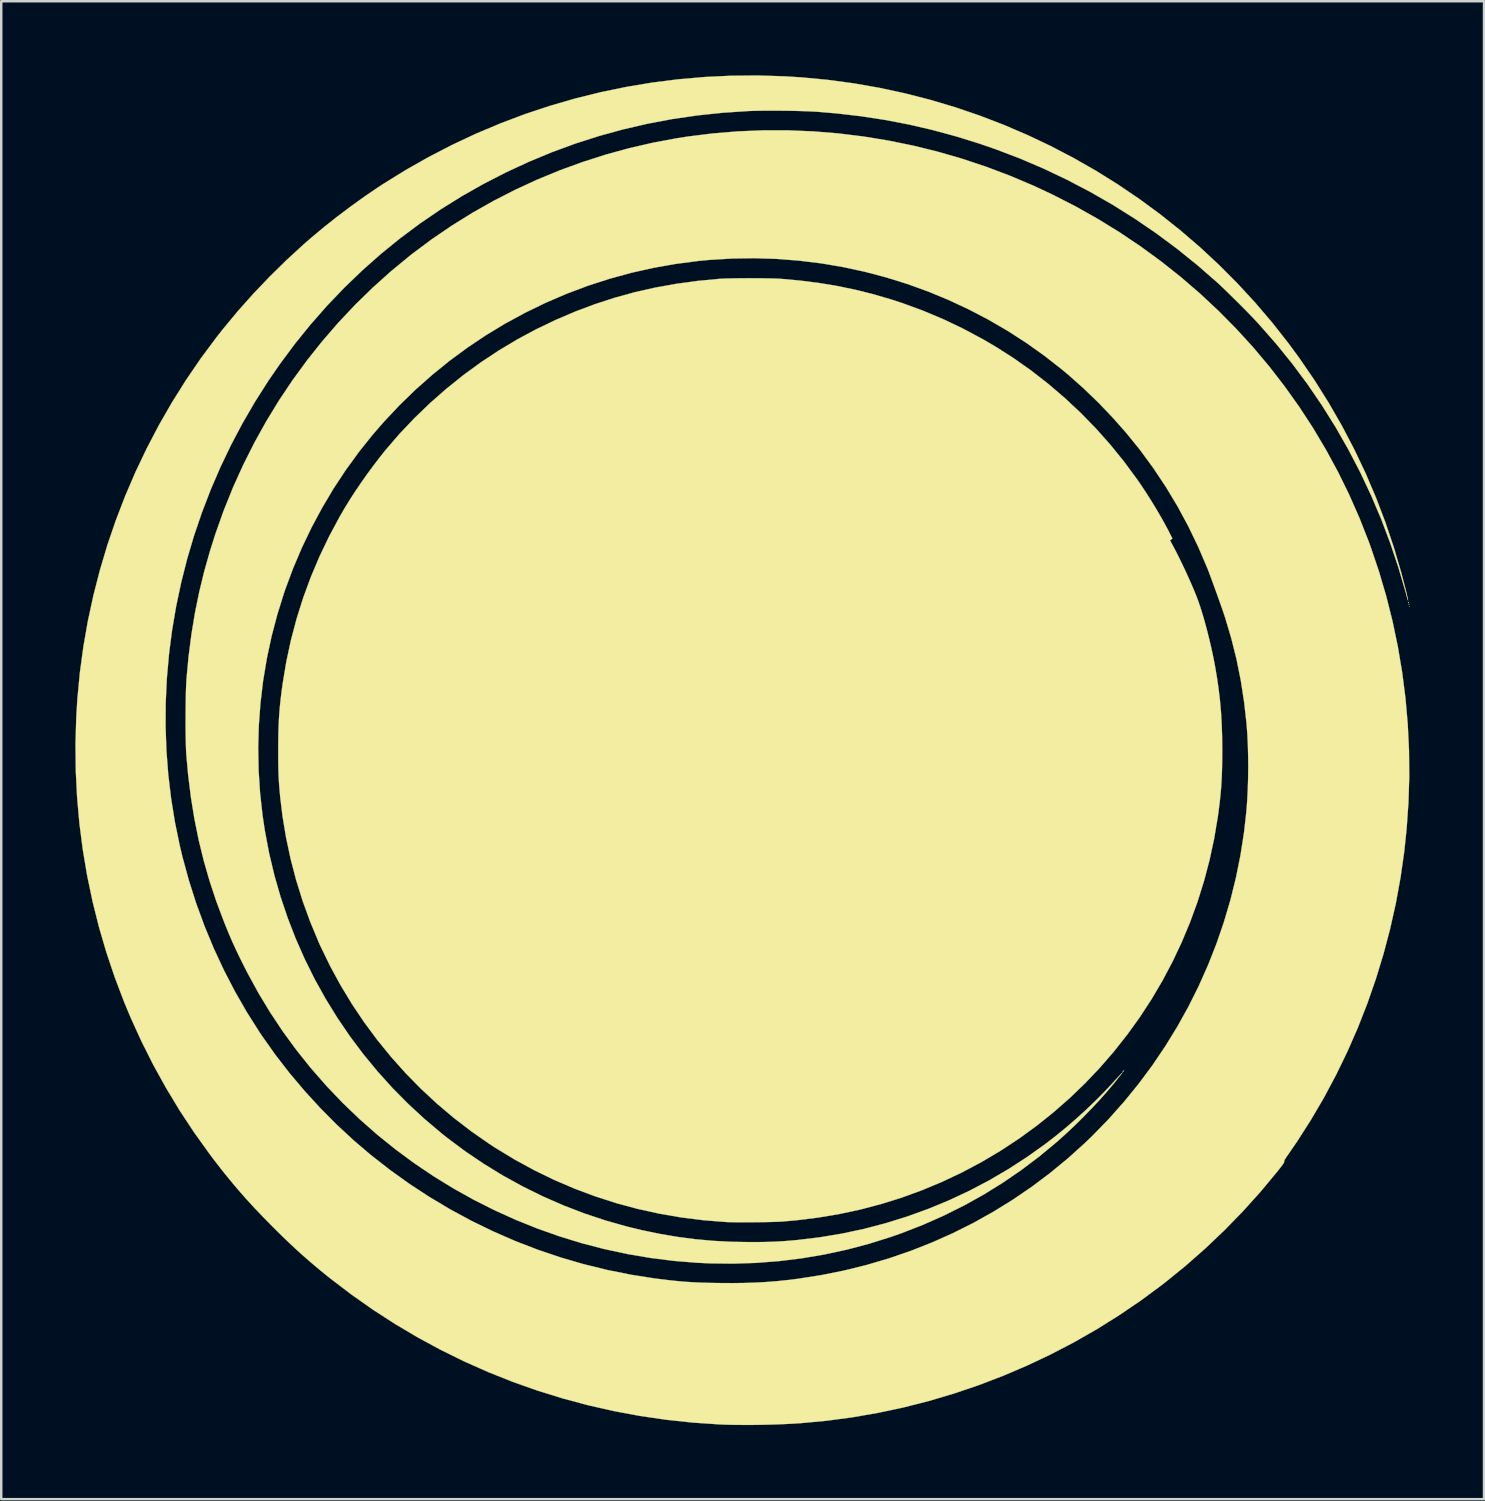
<source format=kicad_pcb>
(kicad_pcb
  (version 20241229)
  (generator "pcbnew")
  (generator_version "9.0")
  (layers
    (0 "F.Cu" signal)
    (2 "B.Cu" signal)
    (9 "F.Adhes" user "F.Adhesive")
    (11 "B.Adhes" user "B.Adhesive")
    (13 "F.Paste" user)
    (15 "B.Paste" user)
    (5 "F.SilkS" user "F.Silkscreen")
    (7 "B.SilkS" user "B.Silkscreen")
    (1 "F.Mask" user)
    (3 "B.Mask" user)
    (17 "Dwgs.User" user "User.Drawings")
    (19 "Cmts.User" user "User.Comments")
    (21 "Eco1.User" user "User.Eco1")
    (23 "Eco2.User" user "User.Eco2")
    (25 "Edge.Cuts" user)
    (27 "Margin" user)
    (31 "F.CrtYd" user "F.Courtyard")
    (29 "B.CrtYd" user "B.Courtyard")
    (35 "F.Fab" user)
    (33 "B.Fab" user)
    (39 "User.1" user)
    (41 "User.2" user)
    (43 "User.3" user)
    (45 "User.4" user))
  (footprint "spiral_pattern_large"
    (layer "F.Cu")
    (at 27.311 27.311)
    (property "Reference" "spiral_pattern_large" (at 0 0 0) (layer "F.SilkS") (effects (font (size 1.524 1.524) (thickness 0.3))))
    (attr through_hole)
    (fp_poly (pts (xy 26.691 -5.81) (xy 26.681 -5.8) (xy 26.67 -5.81) (xy 26.681 -5.821) (xy 26.691 -5.81)) (stroke (width 0.01) (type solid)) (fill yes) (layer "F.SilkS"))
    (fp_poly (pts (xy 26.642 -5.994) (xy 26.645 -5.961) (xy 26.64 -5.954) (xy 26.631 -5.96) (xy 26.629 -5.981) (xy 26.635 -6.004) (xy 26.642 -5.994)) (stroke (width 0.01) (type solid)) (fill yes) (layer "F.SilkS"))
    (fp_poly (pts (xy 26.663 -5.92) (xy 26.665 -5.894) (xy 26.663 -5.891) (xy 26.65 -5.894) (xy 26.649 -5.905) (xy 26.657 -5.923) (xy 26.663 -5.92)) (stroke (width 0.01) (type solid)) (fill yes) (layer "F.SilkS"))
    (fp_poly (pts (xy 15.128 12.965) (xy 15.116 12.98) (xy 15.085 13.013) (xy 15.071 13.013) (xy 15.071 13.01) (xy 15.085 12.992) (xy 15.108 12.972) (xy 15.133 12.954) (xy 15.128 12.965)) (stroke (width 0.01) (type solid)) (fill yes) (layer "F.SilkS"))
    (fp_poly (pts (xy 0.142 -19.101) (xy 0.381 -19.1) (xy 0.61 -19.097) (xy 0.821 -19.093) (xy 1.009 -19.088) (xy 1.167 -19.082) (xy 1.27 -19.075) (xy 2.048 -19.003) (xy 2.797 -18.907) (xy 3.525 -18.787) (xy 4.238 -18.639) (xy 4.944 -18.464) (xy 5.651 -18.259) (xy 6.17 -18.09) (xy 6.996 -17.787) (xy 7.812 -17.444) (xy 8.616 -17.06) (xy 9.408 -16.637) (xy 9.927 -16.334) (xy 10.659 -15.867) (xy 11.372 -15.363) (xy 12.064 -14.824) (xy 12.732 -14.253) (xy 13.375 -13.651) (xy 13.99 -13.02) (xy 14.575 -12.362) (xy 15.129 -11.679) (xy 15.649 -10.974) (xy 15.838 -10.7) (xy 16.039 -10.394) (xy 16.242 -10.074) (xy 16.439 -9.75) (xy 16.626 -9.43) (xy 16.797 -9.123) (xy 16.948 -8.838) (xy 16.98 -8.775) (xy 17.086 -8.565) (xy 17.037 -8.529) (xy 16.989 -8.492) (xy 17.068 -8.347) (xy 17.198 -8.102) (xy 17.334 -7.836) (xy 17.471 -7.556) (xy 17.606 -7.27) (xy 17.737 -6.985) (xy 17.859 -6.709) (xy 17.97 -6.45) (xy 18.065 -6.213) (xy 18.125 -6.054) (xy 18.216 -5.789) (xy 18.309 -5.491) (xy 18.402 -5.166) (xy 18.494 -4.822) (xy 18.583 -4.467) (xy 18.666 -4.109) (xy 18.742 -3.755) (xy 18.807 -3.419) (xy 18.889 -2.938) (xy 18.956 -2.473) (xy 19.01 -2.015) (xy 19.051 -1.554) (xy 19.079 -1.081) (xy 19.096 -0.587) (xy 19.102 -0.061) (xy 19.102 0) (xy 19.1 0.362) (xy 19.095 0.691) (xy 19.086 0.994) (xy 19.072 1.281) (xy 19.053 1.559) (xy 19.028 1.837) (xy 18.997 2.123) (xy 18.959 2.426) (xy 18.923 2.689) (xy 18.776 3.571) (xy 18.589 4.44) (xy 18.364 5.296) (xy 18.1 6.137) (xy 17.799 6.961) (xy 17.462 7.769) (xy 17.089 8.558) (xy 16.681 9.328) (xy 16.239 10.078) (xy 15.764 10.806) (xy 15.256 11.511) (xy 14.717 12.193) (xy 14.148 12.85) (xy 13.549 13.48) (xy 12.921 14.084) (xy 12.264 14.659) (xy 11.581 15.205) (xy 10.871 15.721) (xy 10.136 16.205) (xy 9.376 16.656) (xy 8.592 17.074) (xy 7.784 17.457) (xy 7.747 17.473) (xy 6.94 17.81) (xy 6.125 18.107) (xy 5.299 18.365) (xy 4.46 18.586) (xy 3.607 18.769) (xy 2.736 18.915) (xy 1.846 19.025) (xy 1.312 19.072) (xy 1.202 19.079) (xy 1.057 19.085) (xy 0.882 19.09) (xy 0.685 19.095) (xy 0.472 19.098) (xy 0.249 19.101) (xy 0.024 19.103) (xy -0.197 19.104) (xy -0.407 19.103) (xy -0.601 19.102) (xy -0.77 19.099) (xy -0.909 19.096) (xy -0.984 19.092) (xy -1.896 19.02) (xy -2.797 18.907) (xy -3.686 18.753) (xy -4.564 18.56) (xy -5.428 18.326) (xy -6.279 18.052) (xy -7.115 17.739) (xy -7.937 17.387) (xy -8.743 16.995) (xy -9.532 16.565) (xy -10.305 16.096) (xy -10.562 15.928) (xy -11.292 15.42) (xy -11.996 14.879) (xy -12.674 14.306) (xy -13.324 13.702) (xy -13.945 13.069) (xy -14.537 12.407) (xy -15.097 11.719) (xy -15.625 11.006) (xy -16.12 10.268) (xy -16.58 9.508) (xy -17.005 8.726) (xy -17.394 7.924) (xy -17.473 7.747) (xy -17.812 6.93) (xy -18.114 6.097) (xy -18.378 5.25) (xy -18.602 4.391) (xy -18.786 3.526) (xy -18.93 2.656) (xy -19.017 1.937) (xy -19.038 1.714) (xy -19.056 1.51) (xy -19.07 1.318) (xy -19.082 1.13) (xy -19.09 0.937) (xy -19.096 0.733) (xy -19.1 0.508) (xy -19.102 0.256) (xy -19.102 0) (xy -19.1 -0.362) (xy -19.095 -0.691) (xy -19.086 -0.994) (xy -19.072 -1.281) (xy -19.053 -1.559) (xy -19.028 -1.837) (xy -18.997 -2.123) (xy -18.959 -2.426) (xy -18.923 -2.689) (xy -18.775 -3.58) (xy -18.586 -4.459) (xy -18.357 -5.325) (xy -18.088 -6.178) (xy -17.779 -7.018) (xy -17.429 -7.845) (xy -17.039 -8.659) (xy -16.61 -9.458) (xy -16.399 -9.821) (xy -16.198 -10.148) (xy -15.973 -10.494) (xy -15.73 -10.851) (xy -15.477 -11.21) (xy -15.218 -11.56) (xy -14.962 -11.893) (xy -14.765 -12.139) (xy -14.197 -12.799) (xy -13.595 -13.434) (xy -12.963 -14.043) (xy -12.303 -14.624) (xy -11.618 -15.174) (xy -10.909 -15.692) (xy -10.179 -16.176) (xy -9.431 -16.624) (xy -8.667 -17.033) (xy -8.657 -17.038) (xy -7.871 -17.415) (xy -7.083 -17.752) (xy -6.289 -18.05) (xy -5.488 -18.311) (xy -4.675 -18.535) (xy -3.848 -18.722) (xy -3.003 -18.874) (xy -2.138 -18.992) (xy -1.27 -19.075) (xy -1.142 -19.083) (xy -0.979 -19.089) (xy -0.787 -19.094) (xy -0.572 -19.098) (xy -0.341 -19.1) (xy -0.101 -19.102) (xy 0.142 -19.101)) (stroke (width 0.01) (type solid)) (fill yes) (layer "F.SilkS"))
    (fp_poly (pts (xy 1.378 -27.273) (xy 2.074 -27.23) (xy 3.134 -27.13) (xy 4.184 -26.989) (xy 5.226 -26.807) (xy 6.256 -26.585) (xy 7.276 -26.324) (xy 8.282 -26.025) (xy 9.275 -25.687) (xy 10.252 -25.312) (xy 11.214 -24.9) (xy 12.159 -24.452) (xy 13.086 -23.968) (xy 13.994 -23.449) (xy 14.881 -22.896) (xy 15.748 -22.308) (xy 16.592 -21.688) (xy 17.412 -21.035) (xy 18.209 -20.35) (xy 18.979 -19.633) (xy 19.723 -18.886) (xy 20.44 -18.108) (xy 21.127 -17.301) (xy 21.785 -16.464) (xy 22.233 -15.854) (xy 22.842 -14.963) (xy 23.414 -14.052) (xy 23.949 -13.122) (xy 24.445 -12.174) (xy 24.904 -11.207) (xy 25.323 -10.224) (xy 25.704 -9.225) (xy 26.046 -8.21) (xy 26.348 -7.18) (xy 26.512 -6.549) (xy 26.553 -6.383) (xy 26.584 -6.25) (xy 26.607 -6.151) (xy 26.619 -6.088) (xy 26.623 -6.062) (xy 26.617 -6.072) (xy 26.601 -6.121) (xy 26.575 -6.209) (xy 26.54 -6.337) (xy 26.531 -6.371) (xy 26.236 -7.382) (xy 25.903 -8.377) (xy 25.533 -9.356) (xy 25.125 -10.317) (xy 24.681 -11.258) (xy 24.201 -12.179) (xy 23.687 -13.079) (xy 23.137 -13.956) (xy 22.555 -14.81) (xy 21.939 -15.638) (xy 21.29 -16.44) (xy 20.61 -17.215) (xy 20.391 -17.452) (xy 20.262 -17.587) (xy 20.111 -17.743) (xy 19.944 -17.912) (xy 19.767 -18.09) (xy 19.585 -18.269) (xy 19.406 -18.445) (xy 19.236 -18.611) (xy 19.079 -18.761) (xy 18.943 -18.889) (xy 18.887 -18.94) (xy 18.097 -19.63) (xy 17.278 -20.29) (xy 16.434 -20.917) (xy 15.565 -21.511) (xy 14.673 -22.071) (xy 13.76 -22.595) (xy 12.827 -23.084) (xy 11.877 -23.536) (xy 10.911 -23.949) (xy 9.93 -24.323) (xy 9.271 -24.55) (xy 8.317 -24.846) (xy 7.368 -25.103) (xy 6.418 -25.323) (xy 5.462 -25.507) (xy 4.493 -25.656) (xy 3.506 -25.771) (xy 2.752 -25.835) (xy 2.562 -25.847) (xy 2.338 -25.857) (xy 2.086 -25.866) (xy 1.814 -25.873) (xy 1.53 -25.878) (xy 1.24 -25.881) (xy 0.952 -25.883) (xy 0.674 -25.883) (xy 0.412 -25.88) (xy 0.175 -25.876) (xy -0.03 -25.869) (xy -0.064 -25.868) (xy -1.106 -25.799) (xy -2.134 -25.691) (xy -3.148 -25.544) (xy -4.149 -25.356) (xy -5.137 -25.127) (xy -6.112 -24.859) (xy -7.075 -24.551) (xy -8.026 -24.202) (xy -8.965 -23.812) (xy -9.88 -23.388) (xy -10.786 -22.923) (xy -11.668 -22.424) (xy -12.525 -21.89) (xy -13.357 -21.323) (xy -14.163 -20.722) (xy -14.942 -20.089) (xy -15.695 -19.423) (xy -16.42 -18.726) (xy -17.117 -17.998) (xy -17.786 -17.238) (xy -18.425 -16.449) (xy -19.034 -15.629) (xy -19.492 -14.965) (xy -20.034 -14.114) (xy -20.54 -13.245) (xy -21.008 -12.361) (xy -21.439 -11.461) (xy -21.833 -10.548) (xy -22.189 -9.622) (xy -22.508 -8.686) (xy -22.788 -7.74) (xy -23.029 -6.785) (xy -23.233 -5.824) (xy -23.397 -4.858) (xy -23.522 -3.887) (xy -23.608 -2.914) (xy -23.654 -1.939) (xy -23.66 -0.964) (xy -23.626 0.01) (xy -23.552 0.981) (xy -23.437 1.948) (xy -23.282 2.91) (xy -23.085 3.866) (xy -22.975 4.325) (xy -22.717 5.27) (xy -22.42 6.201) (xy -22.084 7.117) (xy -21.711 8.017) (xy -21.302 8.897) (xy -20.856 9.757) (xy -20.375 10.596) (xy -19.859 11.41) (xy -19.768 11.546) (xy -19.23 12.308) (xy -18.655 13.052) (xy -18.046 13.775) (xy -17.407 14.474) (xy -16.742 15.145) (xy -16.052 15.785) (xy -15.378 16.36) (xy -14.6 16.969) (xy -13.801 17.543) (xy -12.979 18.081) (xy -12.138 18.582) (xy -11.278 19.047) (xy -10.399 19.474) (xy -9.505 19.864) (xy -8.595 20.215) (xy -7.671 20.527) (xy -6.734 20.8) (xy -5.785 21.033) (xy -4.825 21.226) (xy -3.857 21.377) (xy -3.344 21.441) (xy -3.084 21.469) (xy -2.843 21.492) (xy -2.613 21.511) (xy -2.385 21.527) (xy -2.151 21.539) (xy -1.902 21.548) (xy -1.631 21.556) (xy -1.328 21.561) (xy -1.228 21.562) (xy -0.715 21.565) (xy -0.236 21.559) (xy 0.22 21.544) (xy 0.66 21.519) (xy 1.094 21.485) (xy 1.531 21.439) (xy 1.947 21.387) (xy 2.884 21.24) (xy 3.809 21.054) (xy 4.72 20.828) (xy 5.616 20.563) (xy 6.496 20.26) (xy 7.36 19.92) (xy 8.206 19.542) (xy 9.033 19.128) (xy 9.839 18.677) (xy 10.625 18.191) (xy 11.389 17.67) (xy 12.13 17.114) (xy 12.847 16.524) (xy 13.539 15.9) (xy 13.851 15.6) (xy 14.507 14.925) (xy 15.13 14.224) (xy 15.72 13.499) (xy 16.277 12.749) (xy 16.798 11.977) (xy 17.285 11.185) (xy 17.736 10.372) (xy 18.151 9.541) (xy 18.528 8.693) (xy 18.868 7.829) (xy 19.17 6.95) (xy 19.434 6.058) (xy 19.657 5.154) (xy 19.841 4.239) (xy 19.985 3.314) (xy 20.075 2.508) (xy 20.109 2.085) (xy 20.133 1.636) (xy 20.148 1.169) (xy 20.154 0.694) (xy 20.15 0.222) (xy 20.138 -0.237) (xy 20.116 -0.675) (xy 20.086 -1.069) (xy 19.986 -1.959) (xy 19.851 -2.829) (xy 19.679 -3.683) (xy 19.469 -4.524) (xy 19.222 -5.356) (xy 19.216 -5.376) (xy 19.176 -5.495) (xy 19.125 -5.645) (xy 19.064 -5.821) (xy 18.996 -6.014) (xy 18.923 -6.219) (xy 18.847 -6.429) (xy 18.772 -6.637) (xy 18.699 -6.835) (xy 18.632 -7.018) (xy 18.572 -7.178) (xy 18.522 -7.309) (xy 18.499 -7.366) (xy 18.136 -8.217) (xy 17.737 -9.047) (xy 17.302 -9.855) (xy 16.831 -10.64) (xy 16.325 -11.401) (xy 15.785 -12.139) (xy 15.727 -12.213) (xy 15.214 -12.845) (xy 14.665 -13.465) (xy 14.089 -14.068) (xy 13.49 -14.645) (xy 12.877 -15.19) (xy 12.626 -15.4) (xy 11.912 -15.959) (xy 11.174 -16.484) (xy 10.416 -16.973) (xy 9.637 -17.426) (xy 8.84 -17.842) (xy 8.026 -18.222) (xy 7.197 -18.565) (xy 6.353 -18.87) (xy 5.497 -19.136) (xy 4.63 -19.365) (xy 3.753 -19.554) (xy 2.868 -19.704) (xy 1.976 -19.813) (xy 1.079 -19.883) (xy 0.179 -19.912) (xy -0.724 -19.899) (xy -1.628 -19.845) (xy -2.106 -19.8) (xy -3.024 -19.68) (xy -3.93 -19.519) (xy -4.825 -19.318) (xy -5.707 -19.076) (xy -6.577 -18.794) (xy -7.433 -18.472) (xy -8.275 -18.11) (xy -9.103 -17.708) (xy -9.916 -17.267) (xy -9.917 -17.267) (xy -10.689 -16.8) (xy -11.44 -16.297) (xy -12.17 -15.759) (xy -12.875 -15.187) (xy -13.556 -14.583) (xy -14.21 -13.947) (xy -14.835 -13.281) (xy -15.284 -12.764) (xy -15.842 -12.065) (xy -16.369 -11.339) (xy -16.864 -10.588) (xy -17.325 -9.812) (xy -17.752 -9.016) (xy -18.143 -8.2) (xy -18.497 -7.369) (xy -18.812 -6.523) (xy -18.864 -6.371) (xy -19.138 -5.494) (xy -19.371 -4.608) (xy -19.562 -3.715) (xy -19.712 -2.816) (xy -19.82 -1.912) (xy -19.887 -1.004) (xy -19.912 -0.094) (xy -19.895 0.818) (xy -19.836 1.729) (xy -19.735 2.639) (xy -19.64 3.269) (xy -19.469 4.17) (xy -19.258 5.058) (xy -19.007 5.932) (xy -18.717 6.791) (xy -18.39 7.634) (xy -18.025 8.46) (xy -17.624 9.268) (xy -17.186 10.056) (xy -16.713 10.823) (xy -16.206 11.569) (xy -15.665 12.291) (xy -15.09 12.99) (xy -14.484 13.663) (xy -13.845 14.309) (xy -13.175 14.928) (xy -12.474 15.519) (xy -12.262 15.688) (xy -11.535 16.23) (xy -10.783 16.738) (xy -10.009 17.212) (xy -9.214 17.65) (xy -8.4 18.052) (xy -7.569 18.416) (xy -6.723 18.742) (xy -5.864 19.029) (xy -4.993 19.275) (xy -4.403 19.418) (xy -3.664 19.572) (xy -2.94 19.695) (xy -2.222 19.789) (xy -1.499 19.854) (xy -0.761 19.893) (xy 0 19.905) (xy 0.315 19.904) (xy 0.598 19.9) (xy 0.858 19.893) (xy 1.106 19.882) (xy 1.352 19.867) (xy 1.605 19.848) (xy 1.875 19.823) (xy 1.905 19.821) (xy 2.814 19.711) (xy 3.714 19.561) (xy 4.605 19.371) (xy 5.484 19.14) (xy 6.351 18.87) (xy 7.204 18.562) (xy 8.042 18.215) (xy 8.863 17.831) (xy 9.666 17.409) (xy 10.449 16.951) (xy 11.212 16.457) (xy 11.952 15.928) (xy 12.37 15.605) (xy 12.78 15.27) (xy 13.192 14.914) (xy 13.596 14.546) (xy 13.985 14.174) (xy 14.349 13.806) (xy 14.587 13.552) (xy 14.684 13.447) (xy 14.777 13.345) (xy 14.862 13.254) (xy 14.93 13.18) (xy 14.978 13.13) (xy 14.983 13.124) (xy 15.076 13.028) (xy 14.987 13.145) (xy 14.731 13.468) (xy 14.444 13.808) (xy 14.133 14.158) (xy 13.802 14.513) (xy 13.457 14.866) (xy 13.105 15.213) (xy 12.749 15.546) (xy 12.399 15.859) (xy 11.695 16.443) (xy 10.967 16.992) (xy 10.214 17.507) (xy 9.439 17.987) (xy 8.64 18.431) (xy 7.821 18.839) (xy 6.98 19.211) (xy 6.118 19.546) (xy 5.683 19.699) (xy 4.799 19.976) (xy 3.904 20.212) (xy 2.999 20.407) (xy 2.085 20.562) (xy 1.164 20.675) (xy 0.237 20.747) (xy -0.695 20.777) (xy -1.631 20.766) (xy -2.148 20.742) (xy -3.097 20.665) (xy -4.04 20.546) (xy -4.975 20.387) (xy -5.9 20.188) (xy -6.816 19.95) (xy -7.719 19.673) (xy -8.609 19.358) (xy -9.485 19.006) (xy -10.345 18.617) (xy -11.188 18.193) (xy -12.012 17.733) (xy -12.817 17.238) (xy -13.6 16.71) (xy -14.36 16.149) (xy -15.097 15.555) (xy -15.808 14.929) (xy -16.492 14.273) (xy -17.149 13.585) (xy -17.776 12.868) (xy -17.803 12.836) (xy -18.379 12.114) (xy -18.919 11.375) (xy -19.425 10.614) (xy -19.9 9.828) (xy -20.345 9.014) (xy -20.564 8.583) (xy -20.686 8.333) (xy -20.793 8.111) (xy -20.888 7.907) (xy -20.977 7.711) (xy -21.062 7.513) (xy -21.15 7.304) (xy -21.243 7.075) (xy -21.304 6.921) (xy -21.61 6.106) (xy -21.881 5.287) (xy -22.118 4.461) (xy -22.323 3.623) (xy -22.495 2.769) (xy -22.636 1.896) (xy -22.747 0.999) (xy -22.822 0.169) (xy -22.83 0.023) (xy -22.837 -0.16) (xy -22.843 -0.373) (xy -22.847 -0.61) (xy -22.85 -0.865) (xy -22.851 -1.131) (xy -22.85 -1.404) (xy -22.848 -1.675) (xy -22.845 -1.941) (xy -22.841 -2.193) (xy -22.835 -2.427) (xy -22.827 -2.636) (xy -22.818 -2.814) (xy -22.811 -2.921) (xy -22.726 -3.823) (xy -22.613 -4.699) (xy -22.472 -5.554) (xy -22.301 -6.395) (xy -22.098 -7.23) (xy -21.863 -8.063) (xy -21.645 -8.752) (xy -21.308 -9.7) (xy -20.933 -10.631) (xy -20.521 -11.542) (xy -20.073 -12.433) (xy -19.59 -13.304) (xy -19.072 -14.153) (xy -18.52 -14.978) (xy -17.935 -15.779) (xy -17.317 -16.555) (xy -16.668 -17.304) (xy -15.988 -18.026) (xy -15.278 -18.719) (xy -14.539 -19.382) (xy -13.771 -20.015) (xy -13.674 -20.091) (xy -12.889 -20.677) (xy -12.079 -21.229) (xy -11.245 -21.747) (xy -10.39 -22.231) (xy -9.513 -22.68) (xy -8.619 -23.092) (xy -7.707 -23.468) (xy -6.78 -23.806) (xy -5.84 -24.106) (xy -4.889 -24.367) (xy -3.927 -24.588) (xy -2.958 -24.769) (xy -2.518 -24.837) (xy -1.508 -24.962) (xy -0.496 -25.045) (xy 0.519 -25.086) (xy 1.535 -25.086) (xy 2.55 -25.045) (xy 3.564 -24.962) (xy 4.574 -24.839) (xy 5.58 -24.675) (xy 6.581 -24.471) (xy 7.575 -24.227) (xy 8.56 -23.942) (xy 9.536 -23.618) (xy 10.501 -23.254) (xy 11.454 -22.851) (xy 12.23 -22.488) (xy 13.161 -22.012) (xy 14.068 -21.502) (xy 14.95 -20.959) (xy 15.805 -20.384) (xy 16.634 -19.778) (xy 17.436 -19.141) (xy 18.209 -18.475) (xy 18.953 -17.779) (xy 19.668 -17.056) (xy 20.353 -16.306) (xy 21.006 -15.529) (xy 21.627 -14.726) (xy 22.216 -13.899) (xy 22.772 -13.048) (xy 23.293 -12.173) (xy 23.78 -11.277) (xy 24.231 -10.359) (xy 24.646 -9.42) (xy 25.024 -8.461) (xy 25.103 -8.244) (xy 25.441 -7.247) (xy 25.738 -6.238) (xy 25.994 -5.219) (xy 26.209 -4.19) (xy 26.383 -3.153) (xy 26.517 -2.109) (xy 26.609 -1.058) (xy 26.66 -0.003) (xy 26.67 1.056) (xy 26.638 2.118) (xy 26.564 3.182) (xy 26.467 4.106) (xy 26.317 5.154) (xy 26.127 6.194) (xy 25.897 7.225) (xy 25.628 8.245) (xy 25.32 9.253) (xy 24.974 10.248) (xy 24.59 11.228) (xy 24.169 12.19) (xy 23.711 13.134) (xy 23.219 14.058) (xy 22.69 14.96) (xy 22.128 15.839) (xy 21.771 16.358) (xy 21.696 16.467) (xy 21.645 16.547) (xy 21.616 16.601) (xy 21.606 16.634) (xy 21.61 16.646) (xy 21.61 16.664) (xy 21.594 16.699) (xy 21.558 16.754) (xy 21.5 16.833) (xy 21.42 16.937) (xy 21.314 17.071) (xy 21.312 17.073) (xy 20.637 17.884) (xy 19.927 18.671) (xy 19.186 19.431) (xy 18.416 20.163) (xy 17.62 20.864) (xy 16.799 21.531) (xy 16.658 21.64) (xy 15.803 22.272) (xy 14.924 22.869) (xy 14.024 23.432) (xy 13.104 23.958) (xy 12.164 24.448) (xy 11.207 24.901) (xy 10.233 25.317) (xy 9.245 25.695) (xy 8.243 26.034) (xy 7.229 26.335) (xy 6.205 26.596) (xy 5.171 26.816) (xy 4.129 26.997) (xy 3.081 27.136) (xy 2.074 27.23) (xy 1.713 27.254) (xy 1.325 27.273) (xy 0.92 27.288) (xy 0.506 27.298) (xy 0.093 27.304) (xy -0.31 27.304) (xy -0.694 27.3) (xy -1.051 27.291) (xy -1.259 27.282) (xy -2.339 27.209) (xy -3.409 27.094) (xy -4.471 26.939) (xy -5.523 26.743) (xy -6.564 26.507) (xy -7.592 26.231) (xy -8.608 25.916) (xy -9.61 25.562) (xy -10.596 25.169) (xy -11.567 24.738) (xy -12.521 24.269) (xy -13.457 23.762) (xy -14.374 23.219) (xy -15.272 22.638) (xy -16.148 22.021) (xy -17.003 21.369) (xy -17.062 21.322) (xy -17.402 21.046) (xy -17.722 20.778) (xy -18.03 20.511) (xy -18.334 20.239) (xy -18.64 19.953) (xy -18.957 19.649) (xy -19.292 19.318) (xy -19.305 19.305) (xy -19.698 18.905) (xy -20.064 18.522) (xy -20.407 18.147) (xy -20.736 17.773) (xy -21.056 17.392) (xy -21.375 16.997) (xy -21.699 16.579) (xy -21.886 16.33) (xy -22.503 15.469) (xy -23.088 14.583) (xy -23.638 13.672) (xy -24.154 12.74) (xy -24.632 11.79) (xy -25.073 10.823) (xy -25.336 10.193) (xy -25.717 9.189) (xy -26.058 8.174) (xy -26.358 7.148) (xy -26.617 6.112) (xy -26.835 5.067) (xy -27.012 4.014) (xy -27.148 2.955) (xy -27.242 1.889) (xy -27.295 0.819) (xy -27.306 -0.256) (xy -27.275 -1.333) (xy -27.23 -2.074) (xy -27.13 -3.131) (xy -26.988 -4.181) (xy -26.806 -5.224) (xy -26.582 -6.26) (xy -26.319 -7.285) (xy -26.017 -8.299) (xy -25.675 -9.301) (xy -25.295 -10.288) (xy -24.877 -11.261) (xy -24.422 -12.217) (xy -23.93 -13.156) (xy -23.402 -14.075) (xy -22.838 -14.974) (xy -22.239 -15.851) (xy -21.605 -16.704) (xy -21.324 -17.061) (xy -20.732 -17.774) (xy -20.103 -18.479) (xy -19.446 -19.168) (xy -18.766 -19.835) (xy -18.071 -20.474) (xy -17.739 -20.762) (xy -17.237 -21.181) (xy -16.706 -21.601) (xy -16.157 -22.014) (xy -15.604 -22.411) (xy -15.056 -22.784) (xy -14.87 -22.906) (xy -13.95 -23.476) (xy -13.013 -24.007) (xy -12.059 -24.5) (xy -11.091 -24.954) (xy -10.108 -25.368) (xy -9.112 -25.744) (xy -8.103 -26.079) (xy -7.083 -26.375) (xy -6.052 -26.63) (xy -5.012 -26.845) (xy -3.963 -27.02) (xy -2.906 -27.153) (xy -1.843 -27.245) (xy -0.774 -27.296) (xy 0.3 -27.306) (xy 1.378 -27.273)) (stroke (width 0.01) (type solid)) (fill yes) (layer "F.SilkS")))
  (gr_rect
    (start -3 -3)
    (end 57.007 57.62)
    (stroke (width 0.1) (type default))
    (fill no)
    (layer "Edge.Cuts")))
</source>
